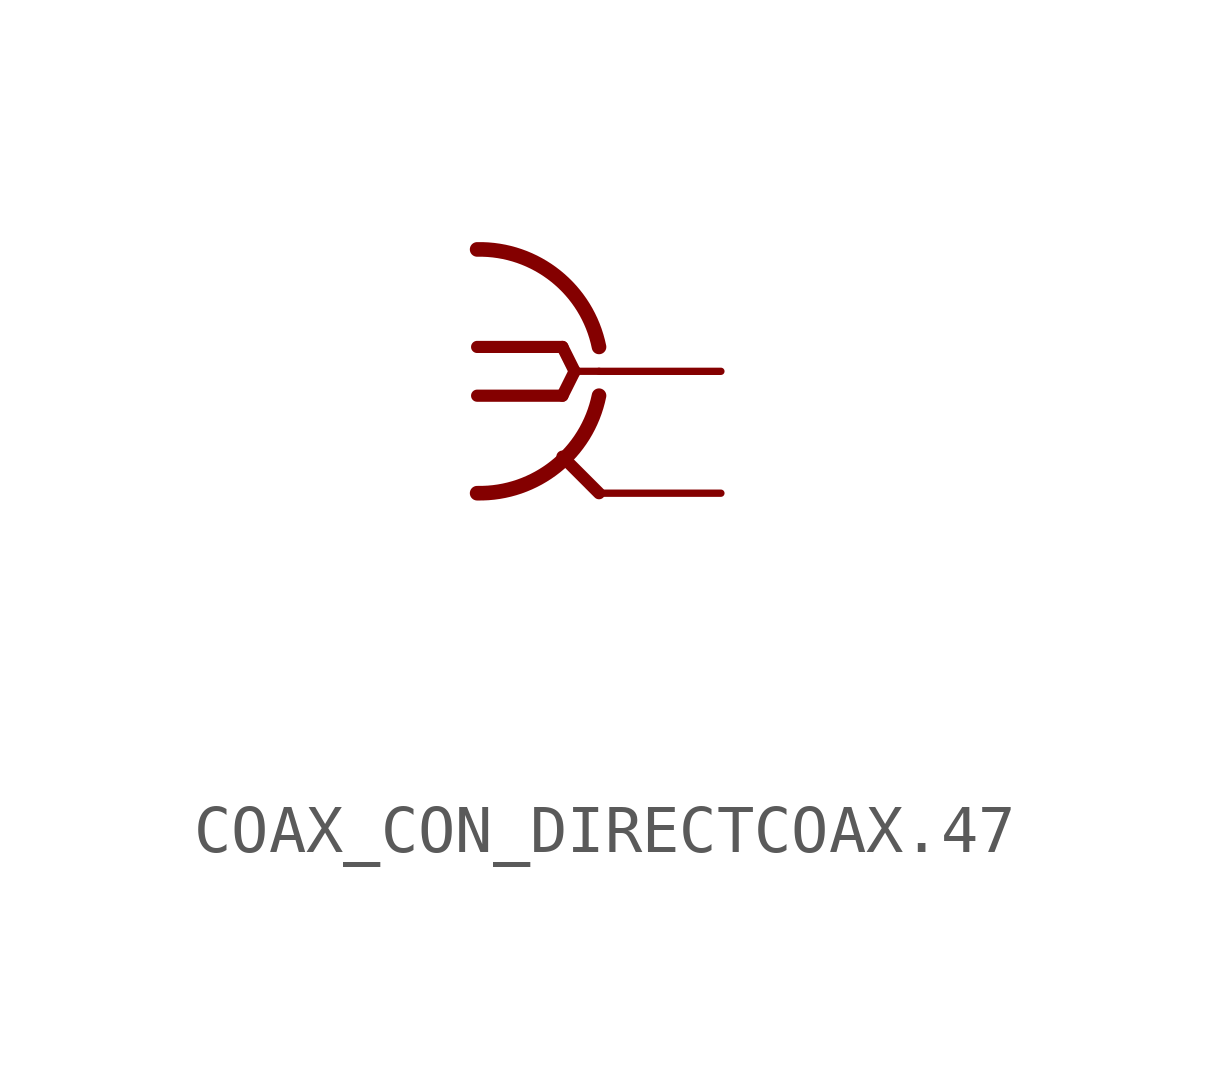
<source format=kicad_sym>
(kicad_symbol_lib
  (version 20231120)
  (generator "kicad_symbol_editor")
  (generator_version "8.0")
  (symbol "COAX_CON_DIRECTCOAX.47"
    (property "Reference" ""
      (at -2.54 3.302 0)
      (effects (font (size 1.778 1.511)) (justify left bottom) (hide yes)))
    (property "Value" ""
      (at -2.54 -7.62 0)
      (effects (font (size 1.778 1.511)) (justify left bottom)))
    (property "ki_locked" ""
      (at 0 0 0)
      (effects (font (size 1.27 1.27))))
    (symbol "COAX_CON_DIRECTCOAX.47_1_0"
      (arc (start -2.54 -2.54) (mid -0.9022 -1.9838) (end 0 -0.508) (stroke (width 0.3048) (type solid)) (fill (type none)))
      (polyline (pts (xy -2.54 0.508) (xy -0.762 0.508)) (stroke (width 0.254) (type solid)) (fill (type none)))
      (polyline (pts (xy -0.762 -0.508) (xy -2.54 -0.508)) (stroke (width 0.254) (type solid)) (fill (type none)))
      (polyline (pts (xy -0.762 0.508) (xy -0.508 0)) (stroke (width 0.254) (type solid)) (fill (type none)))
      (polyline (pts (xy -0.508 0) (xy -0.762 -0.508)) (stroke (width 0.254) (type solid)) (fill (type none)))
      (polyline (pts (xy 0 -2.54) (xy -0.762 -1.778)) (stroke (width 0.254) (type solid)) (fill (type none)))
      (polyline (pts (xy 0 0) (xy -0.508 0)) (stroke (width 0.152) (type solid)) (fill (type none)))
      (arc (start 0 0.508) (mid -0.9022 1.9838) (end -2.54 2.54) (stroke (width 0.3048) (type solid)) (fill (type none)))
      (pin passive line (at 2.54 0 180) (length 2.54) (name "1" (effects (font (size 0 0)))) (number "P$1" (effects (font (size 0 0)))))
      (pin passive line (at 2.54 -2.54 180) (length 2.54) (name "GND@1" (effects (font (size 0 0)))) (number "P$2" (effects (font (size 0 0))))))))
</source>
